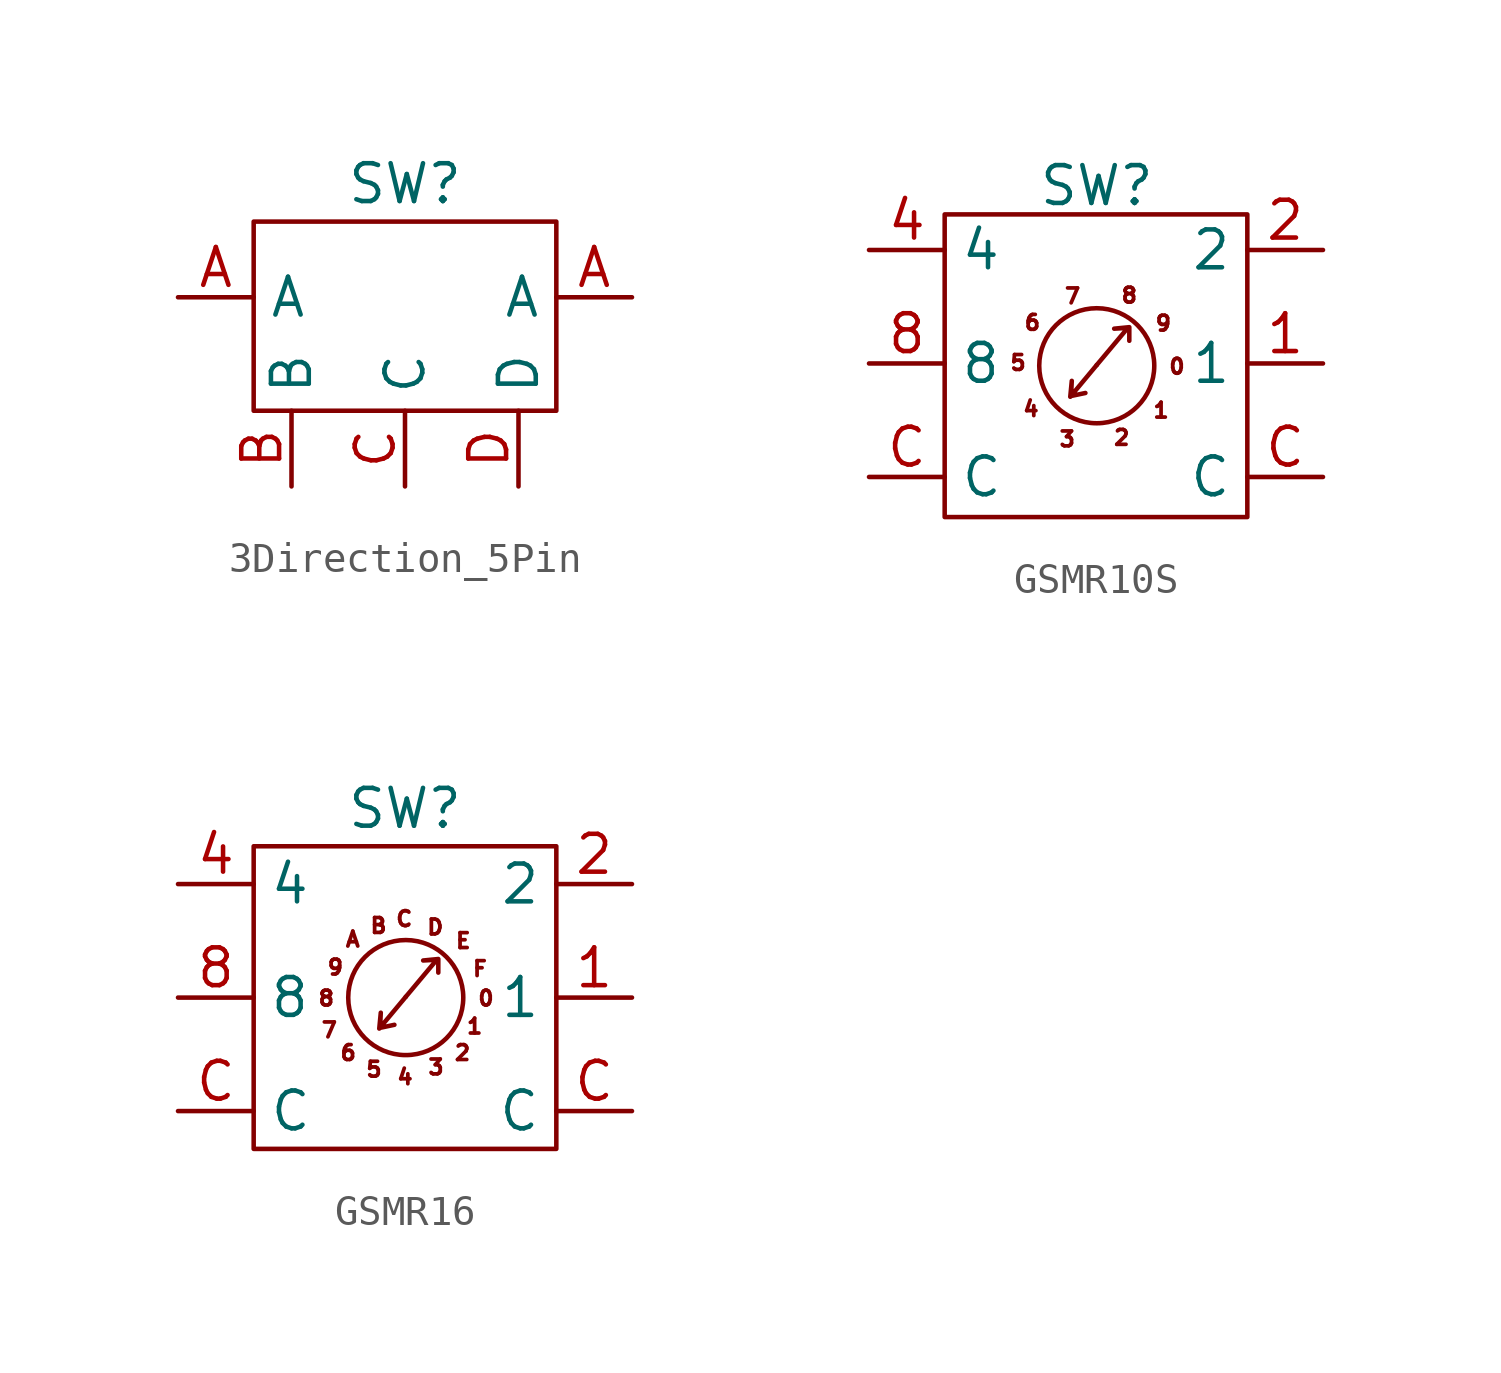
<source format=kicad_sym>
(kicad_symbol_lib
  (version 20220914)
  (generator kicad_symbol_editor)
  (symbol "3Direction_5Pin"
    (property "Reference" "SW"
      (at 0 5.08 0)
      (effects (font (size 1.27 1.27))))
    (property "Value" ""
      (at 0 0 0)
      (effects (font (size 1.27 1.27))))
    (symbol "3Direction_5Pin_0_1"
      (rectangle (start -5.08 3.81) (end 5.08 -2.54) (stroke (width 0) (type default)) (fill (type none))))
    (symbol "3Direction_5Pin_1_1"
      (pin input line (at -7.62 1.27 0) (length 2.54) (name "A" (effects (font (size 1.27 1.27)))) (number "A" (effects (font (size 1.27 1.27)))))
      (pin input line (at 7.62 1.27 180) (length 2.54) (name "A" (effects (font (size 1.27 1.27)))) (number "A" (effects (font (size 1.27 1.27)))))
      (pin output line (at -3.81 -5.08 90) (length 2.54) (name "B" (effects (font (size 1.27 1.27)))) (number "B" (effects (font (size 1.27 1.27)))))
      (pin output line (at 0 -5.08 90) (length 2.54) (name "C" (effects (font (size 1.27 1.27)))) (number "C" (effects (font (size 1.27 1.27)))))
      (pin output line (at 3.81 -5.08 90) (length 2.54) (name "D" (effects (font (size 1.27 1.27)))) (number "D" (effects (font (size 1.27 1.27)))))))
  (symbol "GSMR10S"
    (property "Reference" "SW"
      (at 0.025 5.969 0)
      (effects (font (size 1.27 1.27))))
    (property "Value" ""
      (at 0 0 0)
      (effects (font (size 1.27 1.27))))
    (symbol "GSMR10S_0_0"
      (polyline (pts (xy 0.025 -0.051) (xy -0.864 -1.118) (xy -0.813 -0.584) (xy -0.838 -1.092) (xy -0.356 -0.991)) (stroke (width 0) (type default)) (fill (type none)))
      (polyline (pts (xy 0.025 -0.051) (xy 1.067 1.194) (xy 0.61 1.168) (xy 1.118 1.219) (xy 1.118 0.762) (xy 1.118 1.194)) (stroke (width 0) (type default)) (fill (type none)))
      (circle (center 0.025 -0.076) (radius 1.931) (stroke (width 0) (type default)) (fill (type none)))
      (text "2" (at 0.864 -2.489 0) (effects (font (size 0.5 0.5))))
      (text "3" (at -0.965 -2.54 0) (effects (font (size 0.5 0.5))))
      (text "4" (at -2.184 -1.524 0) (effects (font (size 0.5 0.5))))
      (text "5" (at -2.616 0.025 0) (effects (font (size 0.5 0.5))))
      (text "6" (at -2.134 1.372 0) (effects (font (size 0.5 0.5))))
      (text "7" (at -0.787 2.261 0) (effects (font (size 0.5 0.5))))
      (text "8" (at 1.118 2.286 0) (effects (font (size 0.5 0.5))))
      (text "9" (at 2.261 1.346 0) (effects (font (size 0.5 0.5)))))
    (symbol "GSMR10S_0_1"
      (rectangle (start -5.08 5.004) (end 5.08 -5.156) (stroke (width 0) (type default)) (fill (type none)))
      (text "0" (at 2.718 -0.102 0) (effects (font (size 0.5 0.5))))
      (text "1" (at 2.184 -1.575 0) (effects (font (size 0.5 0.5)))))
    (symbol "GSMR10S_1_1"
      (pin output line (at 7.62 0 180) (length 2.54) (name "1" (effects (font (size 1.27 1.27)))) (number "1" (effects (font (size 1.27 1.27)))))
      (pin output line (at 7.62 3.81 180) (length 2.54) (name "2" (effects (font (size 1.27 1.27)))) (number "2" (effects (font (size 1.27 1.27)))))
      (pin output line (at -7.62 3.81 0) (length 2.54) (name "4" (effects (font (size 1.27 1.27)))) (number "4" (effects (font (size 1.27 1.27)))))
      (pin output line (at -7.62 0 0) (length 2.54) (name "8" (effects (font (size 1.27 1.27)))) (number "8" (effects (font (size 1.27 1.27)))))
      (pin input line (at -7.62 -3.81 0) (length 2.54) (name "C" (effects (font (size 1.27 1.27)))) (number "C" (effects (font (size 1.27 1.27)))))
      (pin input line (at 7.62 -3.81 180) (length 2.54) (name "C" (effects (font (size 1.27 1.27)))) (number "C" (effects (font (size 1.27 1.27)))))))
  (symbol "GSMR16"
    (property "Reference" "SW"
      (at 0 6.35 0)
      (effects (font (size 1.27 1.27))))
    (property "Value" ""
      (at 0 0 0)
      (effects (font (size 1.27 1.27))))
    (symbol "GSMR16_0_0"
      (polyline (pts (xy 0.025 0.025) (xy -0.864 -1.041) (xy -0.813 -0.508) (xy -0.838 -1.016) (xy -0.356 -0.914)) (stroke (width 0) (type default)) (fill (type none)))
      (polyline (pts (xy 0.025 0.025) (xy 1.067 1.27) (xy 0.61 1.245) (xy 1.118 1.295) (xy 1.118 0.838) (xy 1.118 1.27)) (stroke (width 0) (type default)) (fill (type none)))
      (circle (center 0.025 0) (radius 1.931) (stroke (width 0) (type default)) (fill (type none)))
      (text "2" (at 1.93 -1.854 0) (effects (font (size 0.5 0.5))))
      (text "3" (at 1.041 -2.337 0) (effects (font (size 0.5 0.5))))
      (text "4" (at 0 -2.667 0) (effects (font (size 0.5 0.5))))
      (text "5" (at -1.041 -2.413 0) (effects (font (size 0.5 0.5))))
      (text "6" (at -1.905 -1.854 0) (effects (font (size 0.5 0.5))))
      (text "7" (at -2.54 -1.092 0) (effects (font (size 0.5 0.5))))
      (text "8" (at -2.642 -0.025 0) (effects (font (size 0.5 0.5))))
      (text "9" (at -2.337 1.016 0) (effects (font (size 0.5 0.5))))
      (text "A" (at -1.753 1.956 0) (effects (font (size 0.5 0.5))))
      (text "B" (at -0.889 2.413 0) (effects (font (size 0.5 0.5))))
      (text "C" (at -0.025 2.642 0) (effects (font (size 0.5 0.5))))
      (text "D" (at 1.016 2.362 0) (effects (font (size 0.5 0.5))))
      (text "E" (at 1.956 1.905 0) (effects (font (size 0.5 0.5))))
      (text "F" (at 2.515 0.965 0) (effects (font (size 0.5 0.5)))))
    (symbol "GSMR16_0_1"
      (rectangle (start -5.08 5.08) (end 5.08 -5.08) (stroke (width 0) (type default)) (fill (type none)))
      (text "0" (at 2.718 -0.025 0) (effects (font (size 0.5 0.5))))
      (text "1" (at 2.337 -0.965 0) (effects (font (size 0.5 0.5)))))
    (symbol "GSMR16_1_1"
      (pin output line (at 7.62 0 180) (length 2.54) (name "1" (effects (font (size 1.27 1.27)))) (number "1" (effects (font (size 1.27 1.27)))))
      (pin output line (at 7.62 3.81 180) (length 2.54) (name "2" (effects (font (size 1.27 1.27)))) (number "2" (effects (font (size 1.27 1.27)))))
      (pin output line (at -7.62 3.81 0) (length 2.54) (name "4" (effects (font (size 1.27 1.27)))) (number "4" (effects (font (size 1.27 1.27)))))
      (pin output line (at -7.62 0 0) (length 2.54) (name "8" (effects (font (size 1.27 1.27)))) (number "8" (effects (font (size 1.27 1.27)))))
      (pin input line (at -7.62 -3.81 0) (length 2.54) (name "C" (effects (font (size 1.27 1.27)))) (number "C" (effects (font (size 1.27 1.27)))))
      (pin input line (at 7.62 -3.81 180) (length 2.54) (name "C" (effects (font (size 1.27 1.27)))) (number "C" (effects (font (size 1.27 1.27))))))))
</source>
